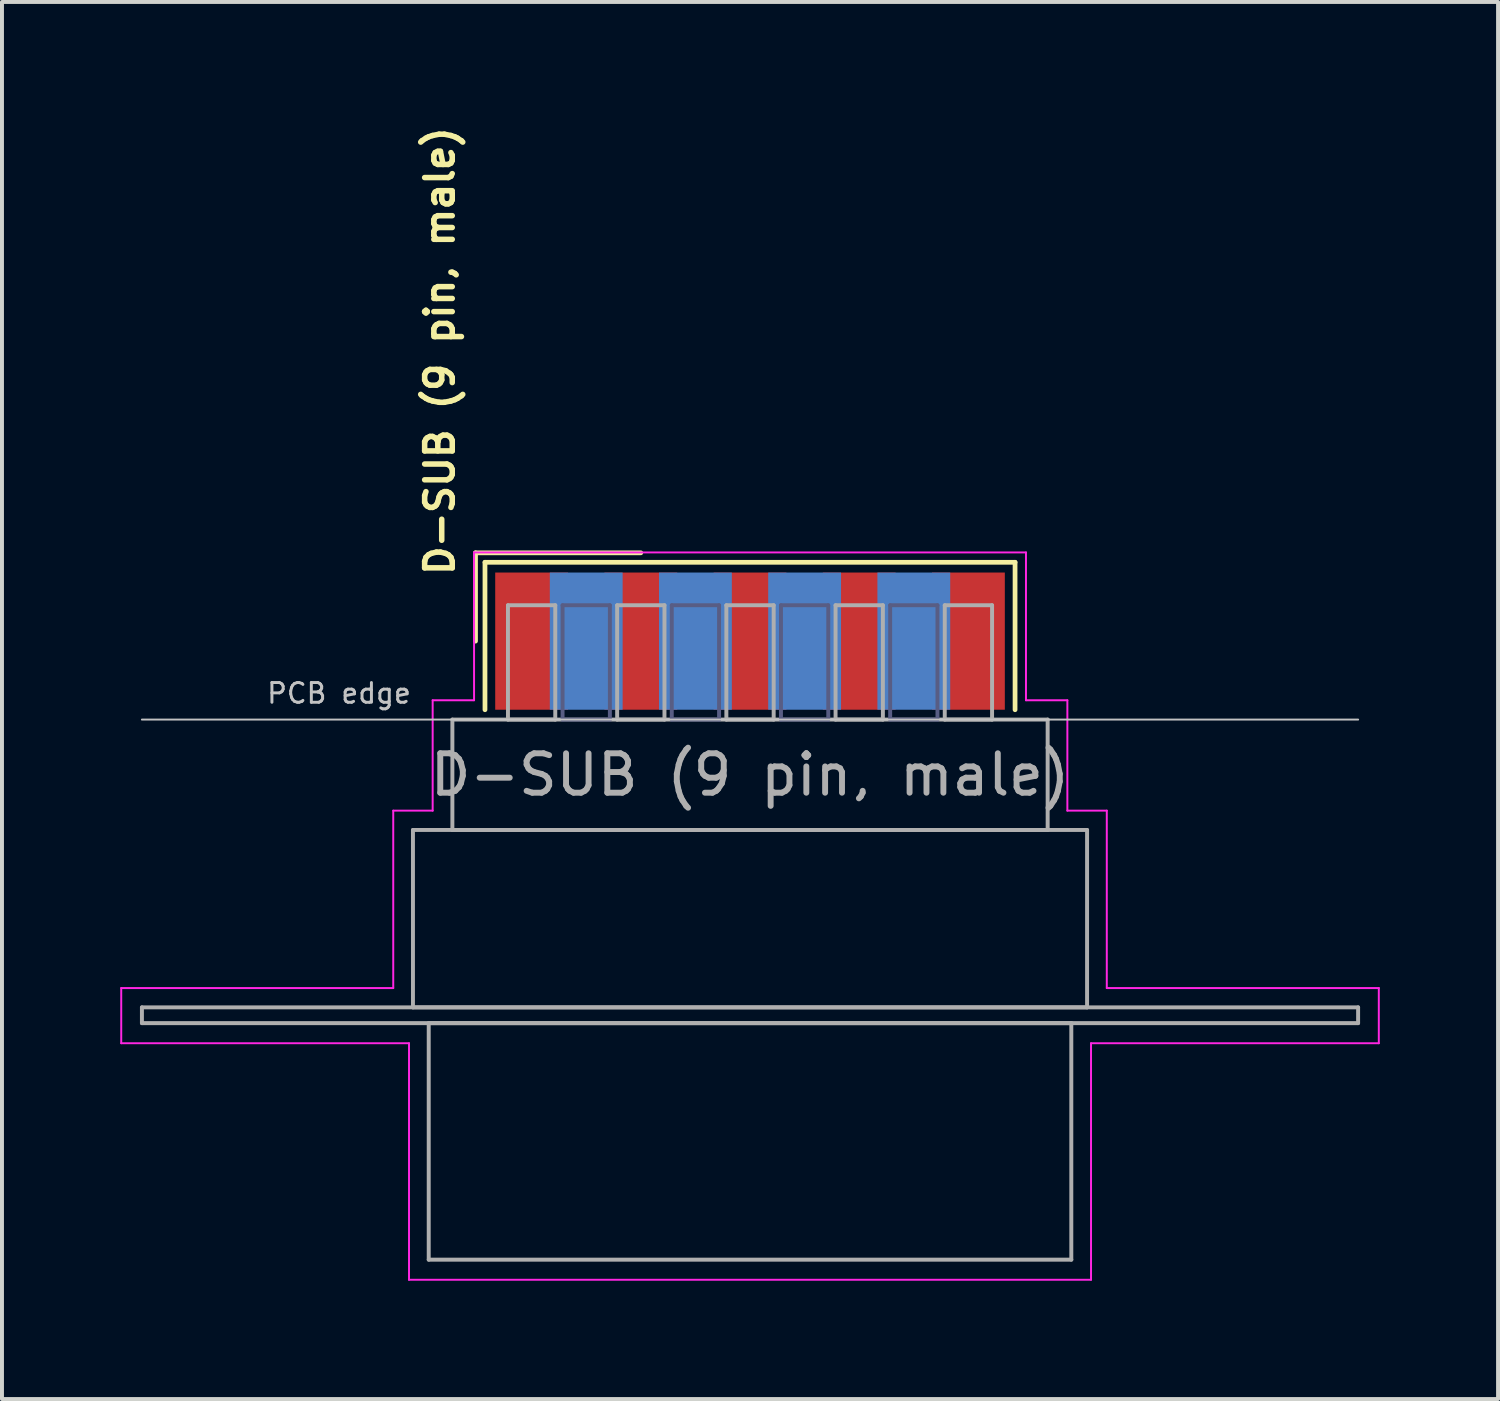
<source format=kicad_pcb>
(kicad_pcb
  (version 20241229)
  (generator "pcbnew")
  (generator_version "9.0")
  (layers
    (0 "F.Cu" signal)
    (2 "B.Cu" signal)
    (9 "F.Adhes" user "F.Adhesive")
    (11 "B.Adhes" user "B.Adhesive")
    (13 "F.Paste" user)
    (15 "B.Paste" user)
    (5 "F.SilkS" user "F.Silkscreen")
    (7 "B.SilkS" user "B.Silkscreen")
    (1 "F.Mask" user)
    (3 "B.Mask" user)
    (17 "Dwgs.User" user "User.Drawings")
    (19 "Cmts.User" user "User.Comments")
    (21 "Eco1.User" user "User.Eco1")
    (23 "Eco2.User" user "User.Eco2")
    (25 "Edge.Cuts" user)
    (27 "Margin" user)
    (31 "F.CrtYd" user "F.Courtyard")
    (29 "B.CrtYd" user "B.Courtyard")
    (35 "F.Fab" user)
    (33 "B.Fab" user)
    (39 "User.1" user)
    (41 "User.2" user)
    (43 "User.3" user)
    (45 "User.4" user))
  (footprint "D-SUB (9 pin, male)"
    (layer "F.Cu")
    (at 15.975 13.213)
    (property "Reference" "D-SUB (9 pin, male)" (at -7.87 -1.6 90) (layer "F.SilkS") (effects (font (size 0.7 0.7) (thickness 0.14) (bold yes)) (justify left)))
    (attr smd)
    (fp_line (start -6.963 -2.24) (end -2.77 -2.24) (stroke (width 0.12) (type solid)) (layer "F.SilkS"))
    (fp_line (start -6.963 0) (end -6.963 -2.24) (stroke (width 0.12) (type solid)) (layer "F.SilkS"))
    (fp_line (start -6.723 -2) (end -6.723 1.74) (stroke (width 0.12) (type solid)) (layer "F.SilkS"))
    (fp_line (start 6.723 -2) (end -6.723 -2) (stroke (width 0.12) (type solid)) (layer "F.SilkS"))
    (fp_line (start 6.723 1.74) (end 6.723 -2) (stroke (width 0.12) (type solid)) (layer "F.SilkS"))
    (fp_line (start -15.425 1.99) (end 15.425 1.99) (stroke (width 0.05) (type solid)) (layer "Dwgs.User"))
    (fp_line (start -15.95 8.8) (end -9.05 8.8) (stroke (width 0.05) (type solid)) (layer "F.CrtYd"))
    (fp_line (start -15.95 10.2) (end -15.95 8.8) (stroke (width 0.05) (type solid)) (layer "F.CrtYd"))
    (fp_line (start -9.05 4.3) (end -8.05 4.3) (stroke (width 0.05) (type solid)) (layer "F.CrtYd"))
    (fp_line (start -9.05 8.8) (end -9.05 4.3) (stroke (width 0.05) (type solid)) (layer "F.CrtYd"))
    (fp_line (start -8.65 10.2) (end -15.95 10.2) (stroke (width 0.05) (type solid)) (layer "F.CrtYd"))
    (fp_line (start -8.65 16.2) (end -8.65 10.2) (stroke (width 0.05) (type solid)) (layer "F.CrtYd"))
    (fp_line (start -8.05 1.5) (end -7 1.5) (stroke (width 0.05) (type solid)) (layer "F.CrtYd"))
    (fp_line (start -8.05 4.3) (end -8.05 1.5) (stroke (width 0.05) (type solid)) (layer "F.CrtYd"))
    (fp_line (start -7 -2.25) (end 7 -2.25) (stroke (width 0.05) (type solid)) (layer "F.CrtYd"))
    (fp_line (start -7 1.5) (end -7 -2.25) (stroke (width 0.05) (type solid)) (layer "F.CrtYd"))
    (fp_line (start 7 -2.25) (end 7 1.5) (stroke (width 0.05) (type solid)) (layer "F.CrtYd"))
    (fp_line (start 7 1.5) (end 8.05 1.5) (stroke (width 0.05) (type solid)) (layer "F.CrtYd"))
    (fp_line (start 8.05 1.5) (end 8.05 4.3) (stroke (width 0.05) (type solid)) (layer "F.CrtYd"))
    (fp_line (start 8.05 4.3) (end 9.05 4.3) (stroke (width 0.05) (type solid)) (layer "F.CrtYd"))
    (fp_line (start 8.65 10.2) (end 8.65 16.2) (stroke (width 0.05) (type solid)) (layer "F.CrtYd"))
    (fp_line (start 8.65 16.2) (end -8.65 16.2) (stroke (width 0.05) (type solid)) (layer "F.CrtYd"))
    (fp_line (start 9.05 4.3) (end 9.05 8.8) (stroke (width 0.05) (type solid)) (layer "F.CrtYd"))
    (fp_line (start 9.05 8.8) (end 15.95 8.8) (stroke (width 0.05) (type solid)) (layer "F.CrtYd"))
    (fp_line (start 15.95 8.8) (end 15.95 10.2) (stroke (width 0.05) (type solid)) (layer "F.CrtYd"))
    (fp_line (start 15.95 10.2) (end 8.65 10.2) (stroke (width 0.05) (type solid)) (layer "F.CrtYd"))
    (fp_line (start -4.755 -0.91) (end -4.755 1.99) (stroke (width 0.1) (type solid)) (layer "B.Fab"))
    (fp_line (start -4.755 1.99) (end -3.555 1.99) (stroke (width 0.1) (type solid)) (layer "B.Fab"))
    (fp_line (start -3.555 -0.91) (end -4.755 -0.91) (stroke (width 0.1) (type solid)) (layer "B.Fab"))
    (fp_line (start -3.555 1.99) (end -3.555 -0.91) (stroke (width 0.1) (type solid)) (layer "B.Fab"))
    (fp_line (start -1.985 -0.91) (end -1.985 1.99) (stroke (width 0.1) (type solid)) (layer "B.Fab"))
    (fp_line (start -1.985 1.99) (end -0.785 1.99) (stroke (width 0.1) (type solid)) (layer "B.Fab"))
    (fp_line (start -0.785 -0.91) (end -1.985 -0.91) (stroke (width 0.1) (type solid)) (layer "B.Fab"))
    (fp_line (start -0.785 1.99) (end -0.785 -0.91) (stroke (width 0.1) (type solid)) (layer "B.Fab"))
    (fp_line (start 0.785 -0.91) (end 0.785 1.99) (stroke (width 0.1) (type solid)) (layer "B.Fab"))
    (fp_line (start 0.785 1.99) (end 1.985 1.99) (stroke (width 0.1) (type solid)) (layer "B.Fab"))
    (fp_line (start 1.985 -0.91) (end 0.785 -0.91) (stroke (width 0.1) (type solid)) (layer "B.Fab"))
    (fp_line (start 1.985 1.99) (end 1.985 -0.91) (stroke (width 0.1) (type solid)) (layer "B.Fab"))
    (fp_line (start 3.555 -0.91) (end 3.555 1.99) (stroke (width 0.1) (type solid)) (layer "B.Fab"))
    (fp_line (start 3.555 1.99) (end 4.755 1.99) (stroke (width 0.1) (type solid)) (layer "B.Fab"))
    (fp_line (start 4.755 -0.91) (end 3.555 -0.91) (stroke (width 0.1) (type solid)) (layer "B.Fab"))
    (fp_line (start 4.755 1.99) (end 4.755 -0.91) (stroke (width 0.1) (type solid)) (layer "B.Fab"))
    (fp_line (start -15.425 9.29) (end -15.425 9.69) (stroke (width 0.1) (type solid)) (layer "F.Fab"))
    (fp_line (start -15.425 9.69) (end 15.425 9.69) (stroke (width 0.1) (type solid)) (layer "F.Fab"))
    (fp_line (start -8.55 4.79) (end -8.55 9.29) (stroke (width 0.1) (type solid)) (layer "F.Fab"))
    (fp_line (start -8.55 9.29) (end 8.55 9.29) (stroke (width 0.1) (type solid)) (layer "F.Fab"))
    (fp_line (start -8.15 9.69) (end -8.15 15.69) (stroke (width 0.1) (type solid)) (layer "F.Fab"))
    (fp_line (start -8.15 15.69) (end 8.15 15.69) (stroke (width 0.1) (type solid)) (layer "F.Fab"))
    (fp_line (start -7.55 1.99) (end -7.55 4.79) (stroke (width 0.1) (type solid)) (layer "F.Fab"))
    (fp_line (start -7.55 4.79) (end 7.55 4.79) (stroke (width 0.1) (type solid)) (layer "F.Fab"))
    (fp_line (start -6.14 -0.91) (end -6.14 1.99) (stroke (width 0.1) (type solid)) (layer "F.Fab"))
    (fp_line (start -6.14 1.99) (end -4.94 1.99) (stroke (width 0.1) (type solid)) (layer "F.Fab"))
    (fp_line (start -4.94 -0.91) (end -6.14 -0.91) (stroke (width 0.1) (type solid)) (layer "F.Fab"))
    (fp_line (start -4.94 1.99) (end -4.94 -0.91) (stroke (width 0.1) (type solid)) (layer "F.Fab"))
    (fp_line (start -3.37 -0.91) (end -3.37 1.99) (stroke (width 0.1) (type solid)) (layer "F.Fab"))
    (fp_line (start -3.37 1.99) (end -2.17 1.99) (stroke (width 0.1) (type solid)) (layer "F.Fab"))
    (fp_line (start -2.17 -0.91) (end -3.37 -0.91) (stroke (width 0.1) (type solid)) (layer "F.Fab"))
    (fp_line (start -2.17 1.99) (end -2.17 -0.91) (stroke (width 0.1) (type solid)) (layer "F.Fab"))
    (fp_line (start -0.6 -0.91) (end -0.6 1.99) (stroke (width 0.1) (type solid)) (layer "F.Fab"))
    (fp_line (start -0.6 1.99) (end 0.6 1.99) (stroke (width 0.1) (type solid)) (layer "F.Fab"))
    (fp_line (start 0.6 -0.91) (end -0.6 -0.91) (stroke (width 0.1) (type solid)) (layer "F.Fab"))
    (fp_line (start 0.6 1.99) (end 0.6 -0.91) (stroke (width 0.1) (type solid)) (layer "F.Fab"))
    (fp_line (start 2.17 -0.91) (end 2.17 1.99) (stroke (width 0.1) (type solid)) (layer "F.Fab"))
    (fp_line (start 2.17 1.99) (end 3.37 1.99) (stroke (width 0.1) (type solid)) (layer "F.Fab"))
    (fp_line (start 3.37 -0.91) (end 2.17 -0.91) (stroke (width 0.1) (type solid)) (layer "F.Fab"))
    (fp_line (start 3.37 1.99) (end 3.37 -0.91) (stroke (width 0.1) (type solid)) (layer "F.Fab"))
    (fp_line (start 4.94 -0.91) (end 4.94 1.99) (stroke (width 0.1) (type solid)) (layer "F.Fab"))
    (fp_line (start 4.94 1.99) (end 6.14 1.99) (stroke (width 0.1) (type solid)) (layer "F.Fab"))
    (fp_line (start 6.14 -0.91) (end 4.94 -0.91) (stroke (width 0.1) (type solid)) (layer "F.Fab"))
    (fp_line (start 6.14 1.99) (end 6.14 -0.91) (stroke (width 0.1) (type solid)) (layer "F.Fab"))
    (fp_line (start 7.55 1.99) (end -7.55 1.99) (stroke (width 0.1) (type solid)) (layer "F.Fab"))
    (fp_line (start 7.55 4.79) (end 7.55 1.99) (stroke (width 0.1) (type solid)) (layer "F.Fab"))
    (fp_line (start 8.15 9.69) (end -8.15 9.69) (stroke (width 0.1) (type solid)) (layer "F.Fab"))
    (fp_line (start 8.15 15.69) (end 8.15 9.69) (stroke (width 0.1) (type solid)) (layer "F.Fab"))
    (fp_line (start 8.55 4.79) (end -8.55 4.79) (stroke (width 0.1) (type solid)) (layer "F.Fab"))
    (fp_line (start 8.55 9.29) (end 8.55 4.79) (stroke (width 0.1) (type solid)) (layer "F.Fab"))
    (fp_line (start 15.425 9.29) (end -15.425 9.29) (stroke (width 0.1) (type solid)) (layer "F.Fab"))
    (fp_line (start 15.425 9.69) (end 15.425 9.29) (stroke (width 0.1) (type solid)) (layer "F.Fab"))
    (fp_text user "PCB edge" (at -10.425 1.323 0) (layer "Dwgs.User") (effects (font (size 0.5 0.5) (thickness 0.075))))
    (fp_text user "${REFERENCE}" (at 0 3.39 0) (layer "F.Fab") (effects (font (size 1 1) (thickness 0.15))))
    (pad "1" smd rect (at -5.54 0) (size 1.847 3.48) (layers "F.Cu" "F.Mask" "F.Paste"))
    (pad "2" smd rect (at -2.77 0) (size 1.847 3.48) (layers "F.Cu" "F.Mask" "F.Paste"))
    (pad "3" smd rect (at 0 0) (size 1.847 3.48) (layers "F.Cu" "F.Mask" "F.Paste"))
    (pad "4" smd rect (at 2.77 0) (size 1.847 3.48) (layers "F.Cu" "F.Mask" "F.Paste"))
    (pad "5" smd rect (at 5.54 0) (size 1.847 3.48) (layers "F.Cu" "F.Mask" "F.Paste"))
    (pad "6" smd rect (at -4.155 0) (size 1.847 3.48) (layers "B.Cu" "B.Mask" "B.Paste"))
    (pad "7" smd rect (at -1.385 0) (size 1.847 3.48) (layers "B.Cu" "B.Mask" "B.Paste"))
    (pad "8" smd rect (at 1.385 0) (size 1.847 3.48) (layers "B.Cu" "B.Mask" "B.Paste"))
    (pad "9" smd rect (at 4.155 0) (size 1.847 3.48) (layers "B.Cu" "B.Mask" "B.Paste")))
  (gr_rect
    (start -3 -3)
    (end 34.95 32.438)
    (stroke (width 0.1) (type default))
    (fill no)
    (layer "Edge.Cuts")))
</source>
